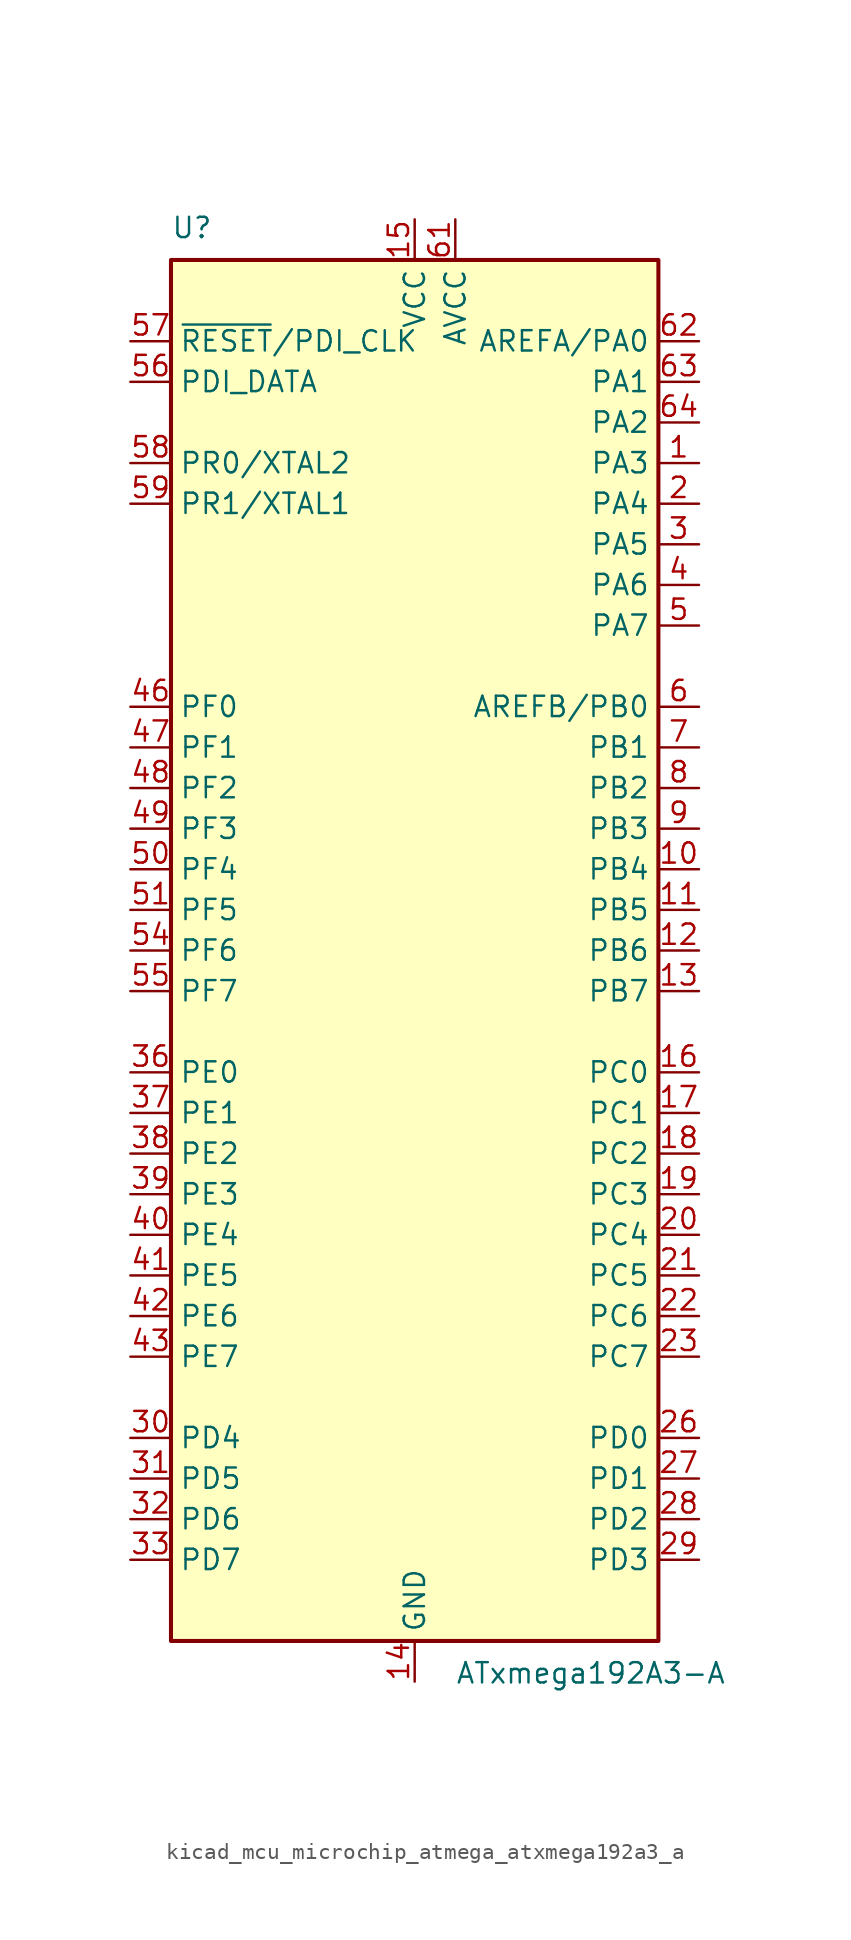
<source format=kicad_sym>
(kicad_symbol_lib
  (version 20220914)
  (generator kicad_symbol_editor)
  (symbol "kicad_mcu_microchip_atmega_atxmega192a3_a"
    (property "Reference" "U"
      (at -15.24 44.45 0)
      (effects (font (size 1.27 1.27)) (justify left bottom)))
    (property "Value" "ATxmega192A3-A"
      (at 2.54 -44.45 0)
      (effects (font (size 1.27 1.27)) (justify left top)))
    (symbol "kicad_mcu_microchip_atmega_atxmega192a3_a_0_1"
      (rectangle (start -15.24 -43.18) (end 15.24 43.18) (stroke (width 0.254) (type default)) (fill (type background))))
    (symbol "kicad_mcu_microchip_atmega_atxmega192a3_a_1_1"
      (pin bidirectional line (at 17.78 30.48 180) (length 2.54) (name "PA3" (effects (font (size 1.27 1.27)))) (number "1" (effects (font (size 1.27 1.27)))))
      (pin bidirectional line (at 17.78 5.08 180) (length 2.54) (name "PB4" (effects (font (size 1.27 1.27)))) (number "10" (effects (font (size 1.27 1.27)))))
      (pin bidirectional line (at 17.78 2.54 180) (length 2.54) (name "PB5" (effects (font (size 1.27 1.27)))) (number "11" (effects (font (size 1.27 1.27)))))
      (pin bidirectional line (at 17.78 0 180) (length 2.54) (name "PB6" (effects (font (size 1.27 1.27)))) (number "12" (effects (font (size 1.27 1.27)))))
      (pin bidirectional line (at 17.78 -2.54 180) (length 2.54) (name "PB7" (effects (font (size 1.27 1.27)))) (number "13" (effects (font (size 1.27 1.27)))))
      (pin power_in line (at 0 -45.72 90) (length 2.54) (name "GND" (effects (font (size 1.27 1.27)))) (number "14" (effects (font (size 1.27 1.27)))))
      (pin power_in line (at 0 45.72 270) (length 2.54) (name "VCC" (effects (font (size 1.27 1.27)))) (number "15" (effects (font (size 1.27 1.27)))))
      (pin bidirectional line (at 17.78 -7.62 180) (length 2.54) (name "PC0" (effects (font (size 1.27 1.27)))) (number "16" (effects (font (size 1.27 1.27)))))
      (pin bidirectional line (at 17.78 -10.16 180) (length 2.54) (name "PC1" (effects (font (size 1.27 1.27)))) (number "17" (effects (font (size 1.27 1.27)))))
      (pin bidirectional line (at 17.78 -12.7 180) (length 2.54) (name "PC2" (effects (font (size 1.27 1.27)))) (number "18" (effects (font (size 1.27 1.27)))))
      (pin bidirectional line (at 17.78 -15.24 180) (length 2.54) (name "PC3" (effects (font (size 1.27 1.27)))) (number "19" (effects (font (size 1.27 1.27)))))
      (pin bidirectional line (at 17.78 27.94 180) (length 2.54) (name "PA4" (effects (font (size 1.27 1.27)))) (number "2" (effects (font (size 1.27 1.27)))))
      (pin bidirectional line (at 17.78 -17.78 180) (length 2.54) (name "PC4" (effects (font (size 1.27 1.27)))) (number "20" (effects (font (size 1.27 1.27)))))
      (pin bidirectional line (at 17.78 -20.32 180) (length 2.54) (name "PC5" (effects (font (size 1.27 1.27)))) (number "21" (effects (font (size 1.27 1.27)))))
      (pin bidirectional line (at 17.78 -22.86 180) (length 2.54) (name "PC6" (effects (font (size 1.27 1.27)))) (number "22" (effects (font (size 1.27 1.27)))))
      (pin bidirectional line (at 17.78 -25.4 180) (length 2.54) (name "PC7" (effects (font (size 1.27 1.27)))) (number "23" (effects (font (size 1.27 1.27)))))
      (pin passive line (at 0 -45.72 90) (length 2.54) hide (name "GND" (effects (font (size 1.27 1.27)))) (number "24" (effects (font (size 1.27 1.27)))))
      (pin passive line (at 0 45.72 270) (length 2.54) hide (name "VCC" (effects (font (size 1.27 1.27)))) (number "25" (effects (font (size 1.27 1.27)))))
      (pin bidirectional line (at 17.78 -30.48 180) (length 2.54) (name "PD0" (effects (font (size 1.27 1.27)))) (number "26" (effects (font (size 1.27 1.27)))))
      (pin bidirectional line (at 17.78 -33.02 180) (length 2.54) (name "PD1" (effects (font (size 1.27 1.27)))) (number "27" (effects (font (size 1.27 1.27)))))
      (pin bidirectional line (at 17.78 -35.56 180) (length 2.54) (name "PD2" (effects (font (size 1.27 1.27)))) (number "28" (effects (font (size 1.27 1.27)))))
      (pin bidirectional line (at 17.78 -38.1 180) (length 2.54) (name "PD3" (effects (font (size 1.27 1.27)))) (number "29" (effects (font (size 1.27 1.27)))))
      (pin bidirectional line (at 17.78 25.4 180) (length 2.54) (name "PA5" (effects (font (size 1.27 1.27)))) (number "3" (effects (font (size 1.27 1.27)))))
      (pin bidirectional line (at -17.78 -30.48 0) (length 2.54) (name "PD4" (effects (font (size 1.27 1.27)))) (number "30" (effects (font (size 1.27 1.27)))))
      (pin bidirectional line (at -17.78 -33.02 0) (length 2.54) (name "PD5" (effects (font (size 1.27 1.27)))) (number "31" (effects (font (size 1.27 1.27)))))
      (pin bidirectional line (at -17.78 -35.56 0) (length 2.54) (name "PD6" (effects (font (size 1.27 1.27)))) (number "32" (effects (font (size 1.27 1.27)))))
      (pin bidirectional line (at -17.78 -38.1 0) (length 2.54) (name "PD7" (effects (font (size 1.27 1.27)))) (number "33" (effects (font (size 1.27 1.27)))))
      (pin passive line (at 0 -45.72 90) (length 2.54) hide (name "GND" (effects (font (size 1.27 1.27)))) (number "34" (effects (font (size 1.27 1.27)))))
      (pin passive line (at 0 45.72 270) (length 2.54) hide (name "VCC" (effects (font (size 1.27 1.27)))) (number "35" (effects (font (size 1.27 1.27)))))
      (pin bidirectional line (at -17.78 -7.62 0) (length 2.54) (name "PE0" (effects (font (size 1.27 1.27)))) (number "36" (effects (font (size 1.27 1.27)))))
      (pin bidirectional line (at -17.78 -10.16 0) (length 2.54) (name "PE1" (effects (font (size 1.27 1.27)))) (number "37" (effects (font (size 1.27 1.27)))))
      (pin bidirectional line (at -17.78 -12.7 0) (length 2.54) (name "PE2" (effects (font (size 1.27 1.27)))) (number "38" (effects (font (size 1.27 1.27)))))
      (pin bidirectional line (at -17.78 -15.24 0) (length 2.54) (name "PE3" (effects (font (size 1.27 1.27)))) (number "39" (effects (font (size 1.27 1.27)))))
      (pin bidirectional line (at 17.78 22.86 180) (length 2.54) (name "PA6" (effects (font (size 1.27 1.27)))) (number "4" (effects (font (size 1.27 1.27)))))
      (pin bidirectional line (at -17.78 -17.78 0) (length 2.54) (name "PE4" (effects (font (size 1.27 1.27)))) (number "40" (effects (font (size 1.27 1.27)))))
      (pin bidirectional line (at -17.78 -20.32 0) (length 2.54) (name "PE5" (effects (font (size 1.27 1.27)))) (number "41" (effects (font (size 1.27 1.27)))))
      (pin bidirectional line (at -17.78 -22.86 0) (length 2.54) (name "PE6" (effects (font (size 1.27 1.27)))) (number "42" (effects (font (size 1.27 1.27)))))
      (pin bidirectional line (at -17.78 -25.4 0) (length 2.54) (name "PE7" (effects (font (size 1.27 1.27)))) (number "43" (effects (font (size 1.27 1.27)))))
      (pin passive line (at 0 -45.72 90) (length 2.54) hide (name "GND" (effects (font (size 1.27 1.27)))) (number "44" (effects (font (size 1.27 1.27)))))
      (pin passive line (at 0 45.72 270) (length 2.54) hide (name "VCC" (effects (font (size 1.27 1.27)))) (number "45" (effects (font (size 1.27 1.27)))))
      (pin bidirectional line (at -17.78 15.24 0) (length 2.54) (name "PF0" (effects (font (size 1.27 1.27)))) (number "46" (effects (font (size 1.27 1.27)))))
      (pin bidirectional line (at -17.78 12.7 0) (length 2.54) (name "PF1" (effects (font (size 1.27 1.27)))) (number "47" (effects (font (size 1.27 1.27)))))
      (pin bidirectional line (at -17.78 10.16 0) (length 2.54) (name "PF2" (effects (font (size 1.27 1.27)))) (number "48" (effects (font (size 1.27 1.27)))))
      (pin bidirectional line (at -17.78 7.62 0) (length 2.54) (name "PF3" (effects (font (size 1.27 1.27)))) (number "49" (effects (font (size 1.27 1.27)))))
      (pin bidirectional line (at 17.78 20.32 180) (length 2.54) (name "PA7" (effects (font (size 1.27 1.27)))) (number "5" (effects (font (size 1.27 1.27)))))
      (pin bidirectional line (at -17.78 5.08 0) (length 2.54) (name "PF4" (effects (font (size 1.27 1.27)))) (number "50" (effects (font (size 1.27 1.27)))))
      (pin bidirectional line (at -17.78 2.54 0) (length 2.54) (name "PF5" (effects (font (size 1.27 1.27)))) (number "51" (effects (font (size 1.27 1.27)))))
      (pin passive line (at 0 -45.72 90) (length 2.54) hide (name "GND" (effects (font (size 1.27 1.27)))) (number "52" (effects (font (size 1.27 1.27)))))
      (pin passive line (at 0 45.72 270) (length 2.54) hide (name "VCC" (effects (font (size 1.27 1.27)))) (number "53" (effects (font (size 1.27 1.27)))))
      (pin bidirectional line (at -17.78 0 0) (length 2.54) (name "PF6" (effects (font (size 1.27 1.27)))) (number "54" (effects (font (size 1.27 1.27)))))
      (pin bidirectional line (at -17.78 -2.54 0) (length 2.54) (name "PF7" (effects (font (size 1.27 1.27)))) (number "55" (effects (font (size 1.27 1.27)))))
      (pin bidirectional line (at -17.78 35.56 0) (length 2.54) (name "PDI_DATA" (effects (font (size 1.27 1.27)))) (number "56" (effects (font (size 1.27 1.27)))))
      (pin input line (at -17.78 38.1 0) (length 2.54) (name "~{RESET}/PDI_CLK" (effects (font (size 1.27 1.27)))) (number "57" (effects (font (size 1.27 1.27)))))
      (pin bidirectional line (at -17.78 30.48 0) (length 2.54) (name "PR0/XTAL2" (effects (font (size 1.27 1.27)))) (number "58" (effects (font (size 1.27 1.27)))))
      (pin bidirectional line (at -17.78 27.94 0) (length 2.54) (name "PR1/XTAL1" (effects (font (size 1.27 1.27)))) (number "59" (effects (font (size 1.27 1.27)))))
      (pin bidirectional line (at 17.78 15.24 180) (length 2.54) (name "AREFB/PB0" (effects (font (size 1.27 1.27)))) (number "6" (effects (font (size 1.27 1.27)))))
      (pin passive line (at 0 -45.72 90) (length 2.54) hide (name "GND" (effects (font (size 1.27 1.27)))) (number "60" (effects (font (size 1.27 1.27)))))
      (pin power_in line (at 2.54 45.72 270) (length 2.54) (name "AVCC" (effects (font (size 1.27 1.27)))) (number "61" (effects (font (size 1.27 1.27)))))
      (pin bidirectional line (at 17.78 38.1 180) (length 2.54) (name "AREFA/PA0" (effects (font (size 1.27 1.27)))) (number "62" (effects (font (size 1.27 1.27)))))
      (pin bidirectional line (at 17.78 35.56 180) (length 2.54) (name "PA1" (effects (font (size 1.27 1.27)))) (number "63" (effects (font (size 1.27 1.27)))))
      (pin bidirectional line (at 17.78 33.02 180) (length 2.54) (name "PA2" (effects (font (size 1.27 1.27)))) (number "64" (effects (font (size 1.27 1.27)))))
      (pin bidirectional line (at 17.78 12.7 180) (length 2.54) (name "PB1" (effects (font (size 1.27 1.27)))) (number "7" (effects (font (size 1.27 1.27)))))
      (pin bidirectional line (at 17.78 10.16 180) (length 2.54) (name "PB2" (effects (font (size 1.27 1.27)))) (number "8" (effects (font (size 1.27 1.27)))))
      (pin bidirectional line (at 17.78 7.62 180) (length 2.54) (name "PB3" (effects (font (size 1.27 1.27)))) (number "9" (effects (font (size 1.27 1.27))))))))
</source>
